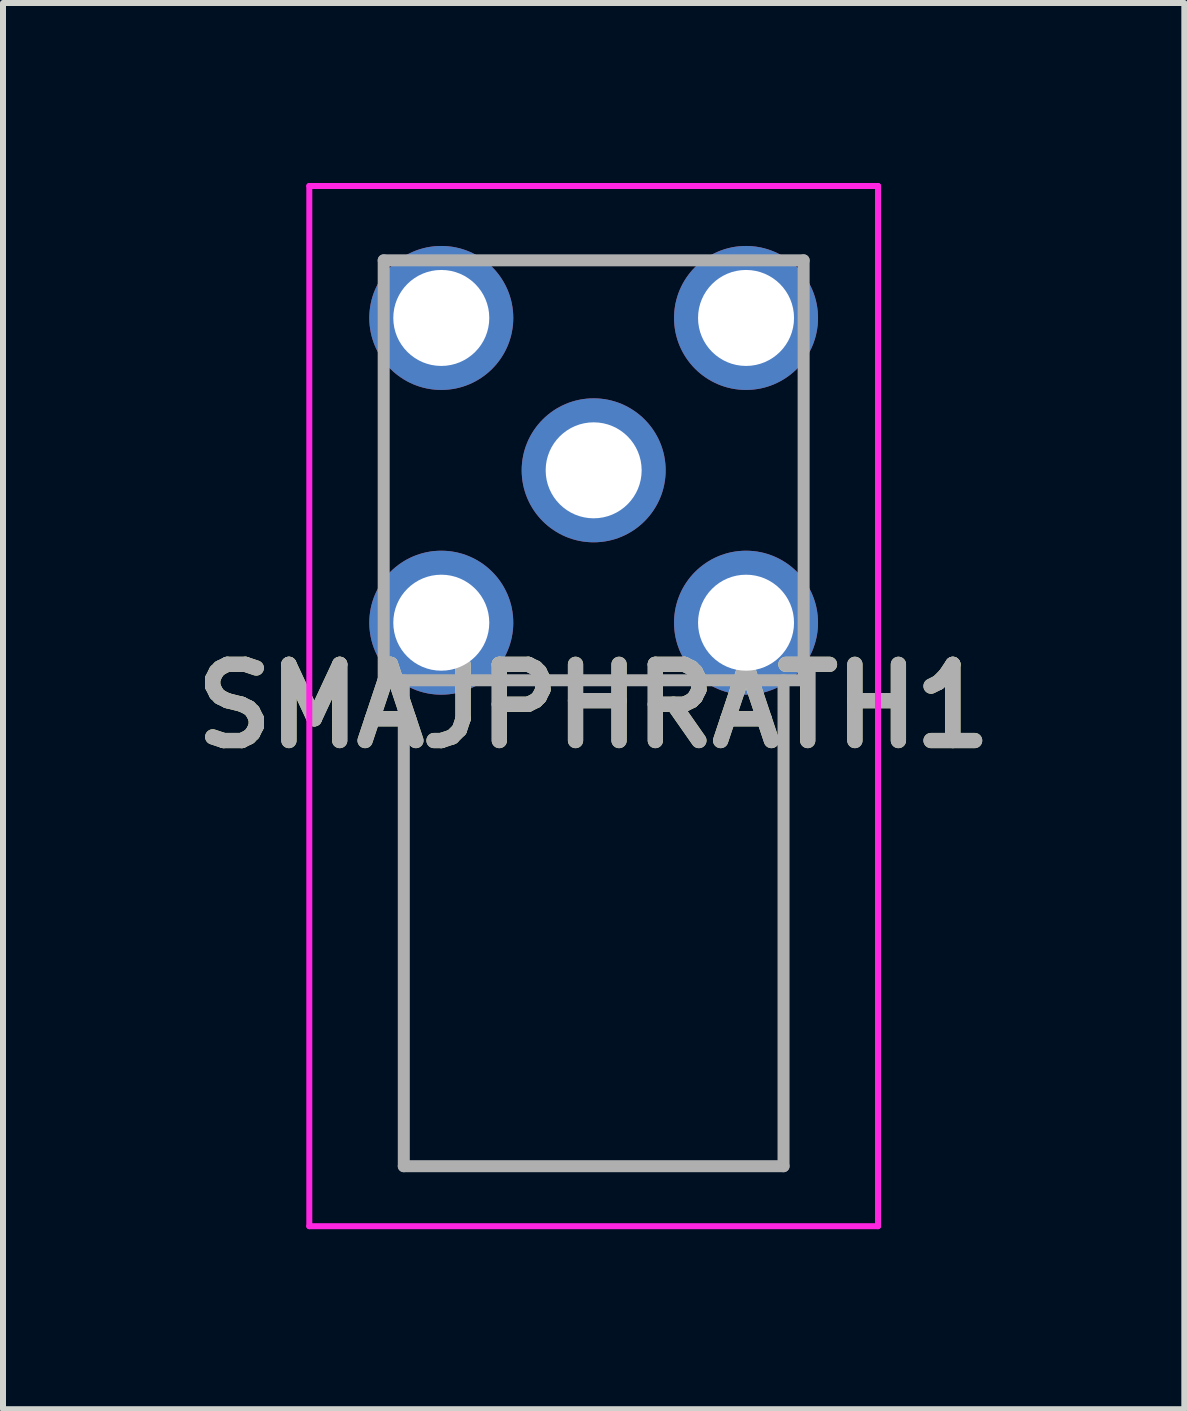
<source format=kicad_pcb>
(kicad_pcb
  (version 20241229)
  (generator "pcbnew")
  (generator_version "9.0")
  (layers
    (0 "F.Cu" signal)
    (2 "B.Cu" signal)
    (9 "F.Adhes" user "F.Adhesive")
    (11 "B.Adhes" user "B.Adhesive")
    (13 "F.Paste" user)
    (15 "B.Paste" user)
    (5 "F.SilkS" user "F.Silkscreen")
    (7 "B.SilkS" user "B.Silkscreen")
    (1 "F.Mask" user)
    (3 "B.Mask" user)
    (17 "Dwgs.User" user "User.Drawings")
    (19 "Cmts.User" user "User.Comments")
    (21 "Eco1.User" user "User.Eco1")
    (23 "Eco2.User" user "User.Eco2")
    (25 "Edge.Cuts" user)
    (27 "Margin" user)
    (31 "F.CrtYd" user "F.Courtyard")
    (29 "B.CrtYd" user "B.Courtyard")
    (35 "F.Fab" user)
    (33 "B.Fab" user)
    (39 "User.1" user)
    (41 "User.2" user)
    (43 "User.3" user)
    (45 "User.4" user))
  (footprint "SMAJPHRATH1"
    (layer "F.Cu")
    (at 6.846 4.79)
    (property "Reference" "SMAJPHRATH1" (at 0 3.93 0) (layer "F.SilkS") (effects (font (size 1.27 1.27) (thickness 0.254))))
    (attr through_hole)
    (fp_line (start -3.5 -1) (end -3.5 1) (stroke (width 0.1) (type solid)) (layer "F.SilkS"))
    (fp_line (start -1 -3.5) (end 1 -3.5) (stroke (width 0.1) (type solid)) (layer "F.SilkS"))
    (fp_line (start -1 3.5) (end 1 3.5) (stroke (width 0.1) (type solid)) (layer "F.SilkS"))
    (fp_line (start 3.5 -1) (end 3.5 1) (stroke (width 0.1) (type solid)) (layer "F.SilkS"))
    (fp_line (start -4.74 -4.74) (end 4.74 -4.74) (stroke (width 0.1) (type solid)) (layer "F.CrtYd"))
    (fp_line (start -4.74 12.6) (end -4.74 -4.74) (stroke (width 0.1) (type solid)) (layer "F.CrtYd"))
    (fp_line (start 4.74 -4.74) (end 4.74 12.6) (stroke (width 0.1) (type solid)) (layer "F.CrtYd"))
    (fp_line (start 4.74 12.6) (end -4.74 12.6) (stroke (width 0.1) (type solid)) (layer "F.CrtYd"))
    (fp_line (start -3.5 -3.5) (end 3.5 -3.5) (stroke (width 0.2) (type solid)) (layer "F.Fab"))
    (fp_line (start -3.5 3.5) (end -3.5 -3.5) (stroke (width 0.2) (type solid)) (layer "F.Fab"))
    (fp_line (start -3.165 3.5) (end -3.165 11.6) (stroke (width 0.2) (type solid)) (layer "F.Fab"))
    (fp_line (start -3.165 11.6) (end 3.165 11.6) (stroke (width 0.2) (type solid)) (layer "F.Fab"))
    (fp_line (start 3.165 11.6) (end 3.165 3.5) (stroke (width 0.2) (type solid)) (layer "F.Fab"))
    (fp_line (start 3.5 -3.5) (end 3.5 3.5) (stroke (width 0.2) (type solid)) (layer "F.Fab"))
    (fp_line (start 3.5 3.5) (end -3.5 3.5) (stroke (width 0.2) (type solid)) (layer "F.Fab"))
    (fp_text user "${REFERENCE}" (at 0 3.93 0) (layer "F.Fab") (effects (font (size 1.27 1.27) (thickness 0.254))))
    (pad "1" thru_hole circle (at 0 0) (size 2.4 2.4) (drill 1.6) (layers "*.Cu" "*.Mask"))
    (pad "2" thru_hole circle (at -2.54 -2.54) (size 2.4 2.4) (drill 1.6) (layers "*.Cu" "*.Mask"))
    (pad "3" thru_hole circle (at -2.54 2.54) (size 2.4 2.4) (drill 1.6) (layers "*.Cu" "*.Mask"))
    (pad "4" thru_hole circle (at 2.54 2.54) (size 2.4 2.4) (drill 1.6) (layers "*.Cu" "*.Mask"))
    (pad "5" thru_hole circle (at 2.54 -2.54) (size 2.4 2.4) (drill 1.6) (layers "*.Cu" "*.Mask")))
  (gr_rect
    (start -3 -3)
    (end 16.692 20.44)
    (stroke (width 0.1) (type default))
    (fill no)
    (layer "Edge.Cuts")))
</source>
